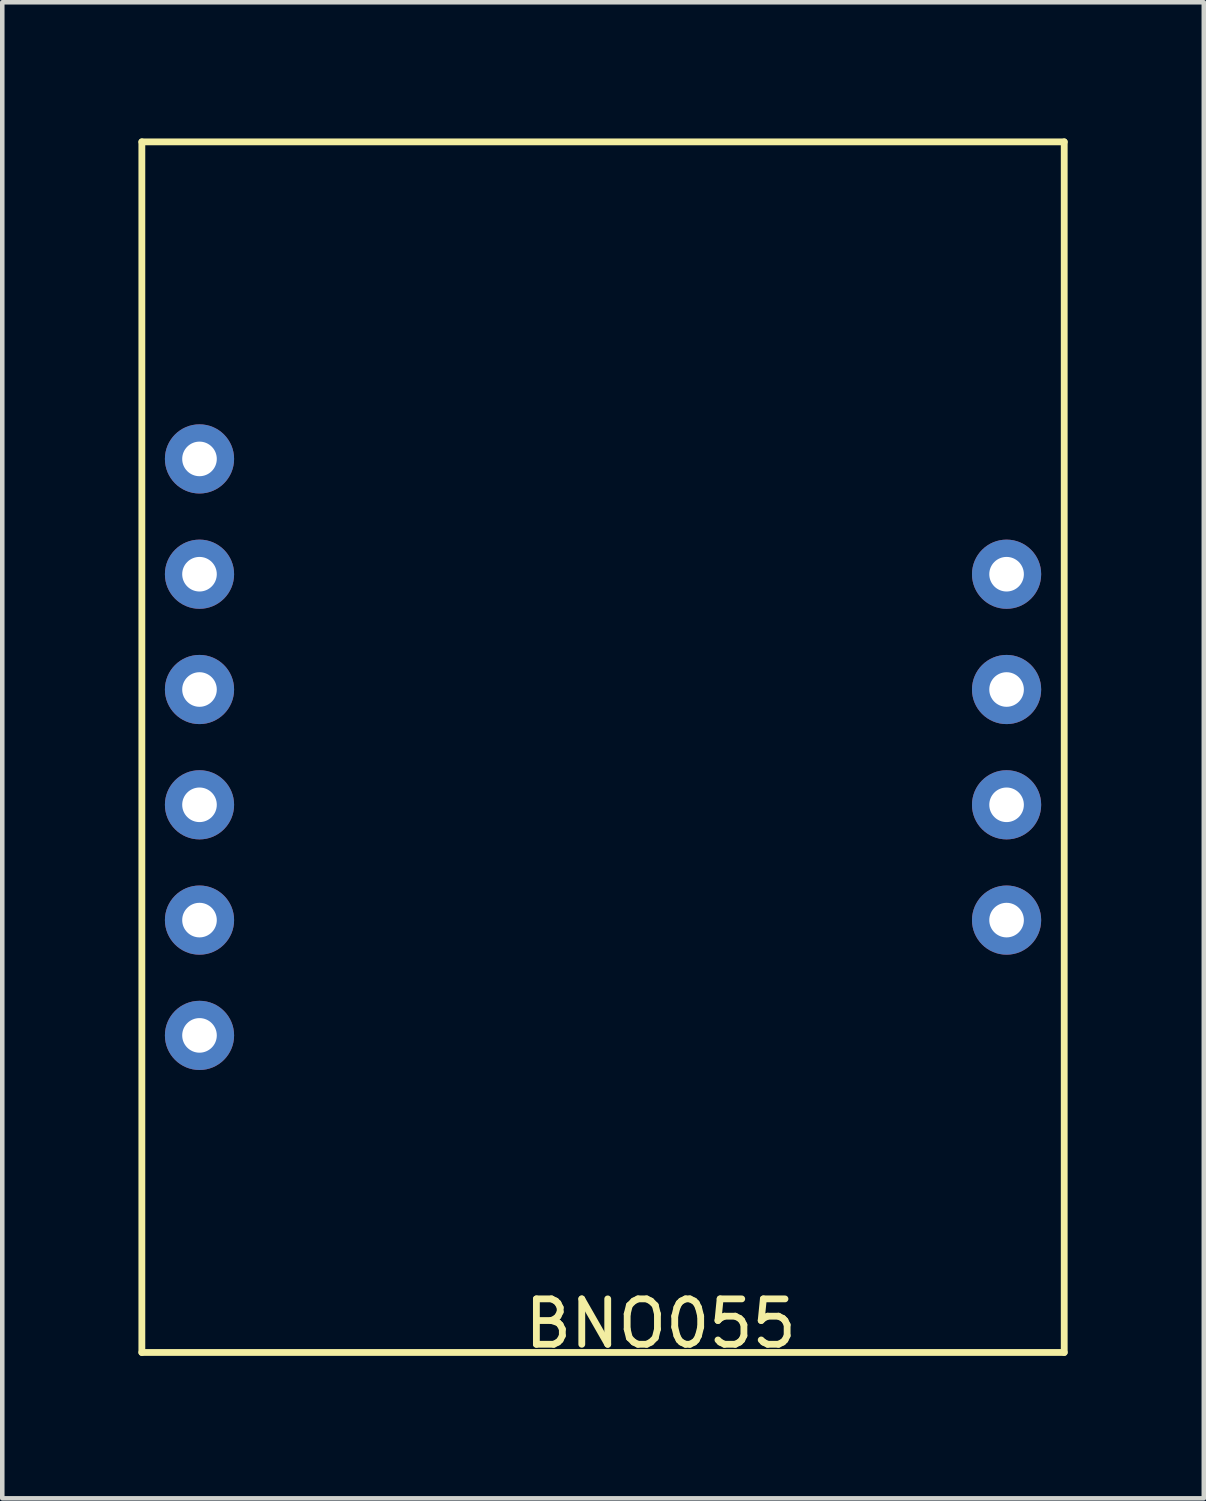
<source format=kicad_pcb>
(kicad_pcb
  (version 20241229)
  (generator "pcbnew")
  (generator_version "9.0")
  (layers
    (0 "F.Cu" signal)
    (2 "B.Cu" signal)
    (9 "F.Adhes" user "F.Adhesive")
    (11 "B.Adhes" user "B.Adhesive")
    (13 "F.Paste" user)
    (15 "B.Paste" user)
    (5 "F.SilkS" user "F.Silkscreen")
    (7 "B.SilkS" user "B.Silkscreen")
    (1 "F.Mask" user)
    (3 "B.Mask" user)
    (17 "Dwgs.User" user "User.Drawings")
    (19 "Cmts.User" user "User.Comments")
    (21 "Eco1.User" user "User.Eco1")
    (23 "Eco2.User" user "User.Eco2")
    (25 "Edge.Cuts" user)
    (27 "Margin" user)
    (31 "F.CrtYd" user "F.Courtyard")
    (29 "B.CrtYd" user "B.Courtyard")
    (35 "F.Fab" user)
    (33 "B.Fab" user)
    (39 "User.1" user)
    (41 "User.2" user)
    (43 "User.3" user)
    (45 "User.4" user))
  (footprint "BNO055"
    (layer "F.Cu")
    (at 10.235 13.41)
    (property "Reference" "BNO055" (at 1.27 12.7 0) (layer "F.SilkS") (effects (font (size 1 1) (thickness 0.15))))
    (attr through_hole)
    (fp_line (start -10.16 -13.335) (end 10.16 -13.335) (stroke (width 0.15) (type solid)) (layer "F.SilkS"))
    (fp_line (start -10.16 13.335) (end -10.16 -13.335) (stroke (width 0.15) (type solid)) (layer "F.SilkS"))
    (fp_line (start 10.16 -13.335) (end 10.16 13.335) (stroke (width 0.15) (type solid)) (layer "F.SilkS"))
    (fp_line (start 10.16 13.335) (end -10.16 13.335) (stroke (width 0.15) (type solid)) (layer "F.SilkS"))
    (pad "1" thru_hole circle (at -8.89 -6.35) (size 1.524 1.524) (drill 0.762) (layers "*.Cu" "*.Mask"))
    (pad "2" thru_hole circle (at -8.89 -3.81) (size 1.524 1.524) (drill 0.762) (layers "*.Cu" "*.Mask"))
    (pad "3" thru_hole circle (at -8.89 -1.27) (size 1.524 1.524) (drill 0.762) (layers "*.Cu" "*.Mask"))
    (pad "4" thru_hole circle (at -8.89 1.27) (size 1.524 1.524) (drill 0.762) (layers "*.Cu" "*.Mask"))
    (pad "5" thru_hole circle (at -8.89 3.81) (size 1.524 1.524) (drill 0.762) (layers "*.Cu" "*.Mask"))
    (pad "6" thru_hole circle (at -8.89 6.35) (size 1.524 1.524) (drill 0.762) (layers "*.Cu" "*.Mask"))
    (pad "7" thru_hole circle (at 8.89 -3.81) (size 1.524 1.524) (drill 0.762) (layers "*.Cu" "*.Mask"))
    (pad "8" thru_hole circle (at 8.89 -1.27) (size 1.524 1.524) (drill 0.762) (layers "*.Cu" "*.Mask"))
    (pad "9" thru_hole circle (at 8.89 1.27) (size 1.524 1.524) (drill 0.762) (layers "*.Cu" "*.Mask"))
    (pad "10" thru_hole circle (at 8.89 3.81) (size 1.524 1.524) (drill 0.762) (layers "*.Cu" "*.Mask")))
  (gr_rect
    (start -3 -3)
    (end 23.47 29.958)
    (stroke (width 0.1) (type default))
    (fill no)
    (layer "Edge.Cuts")))
</source>
